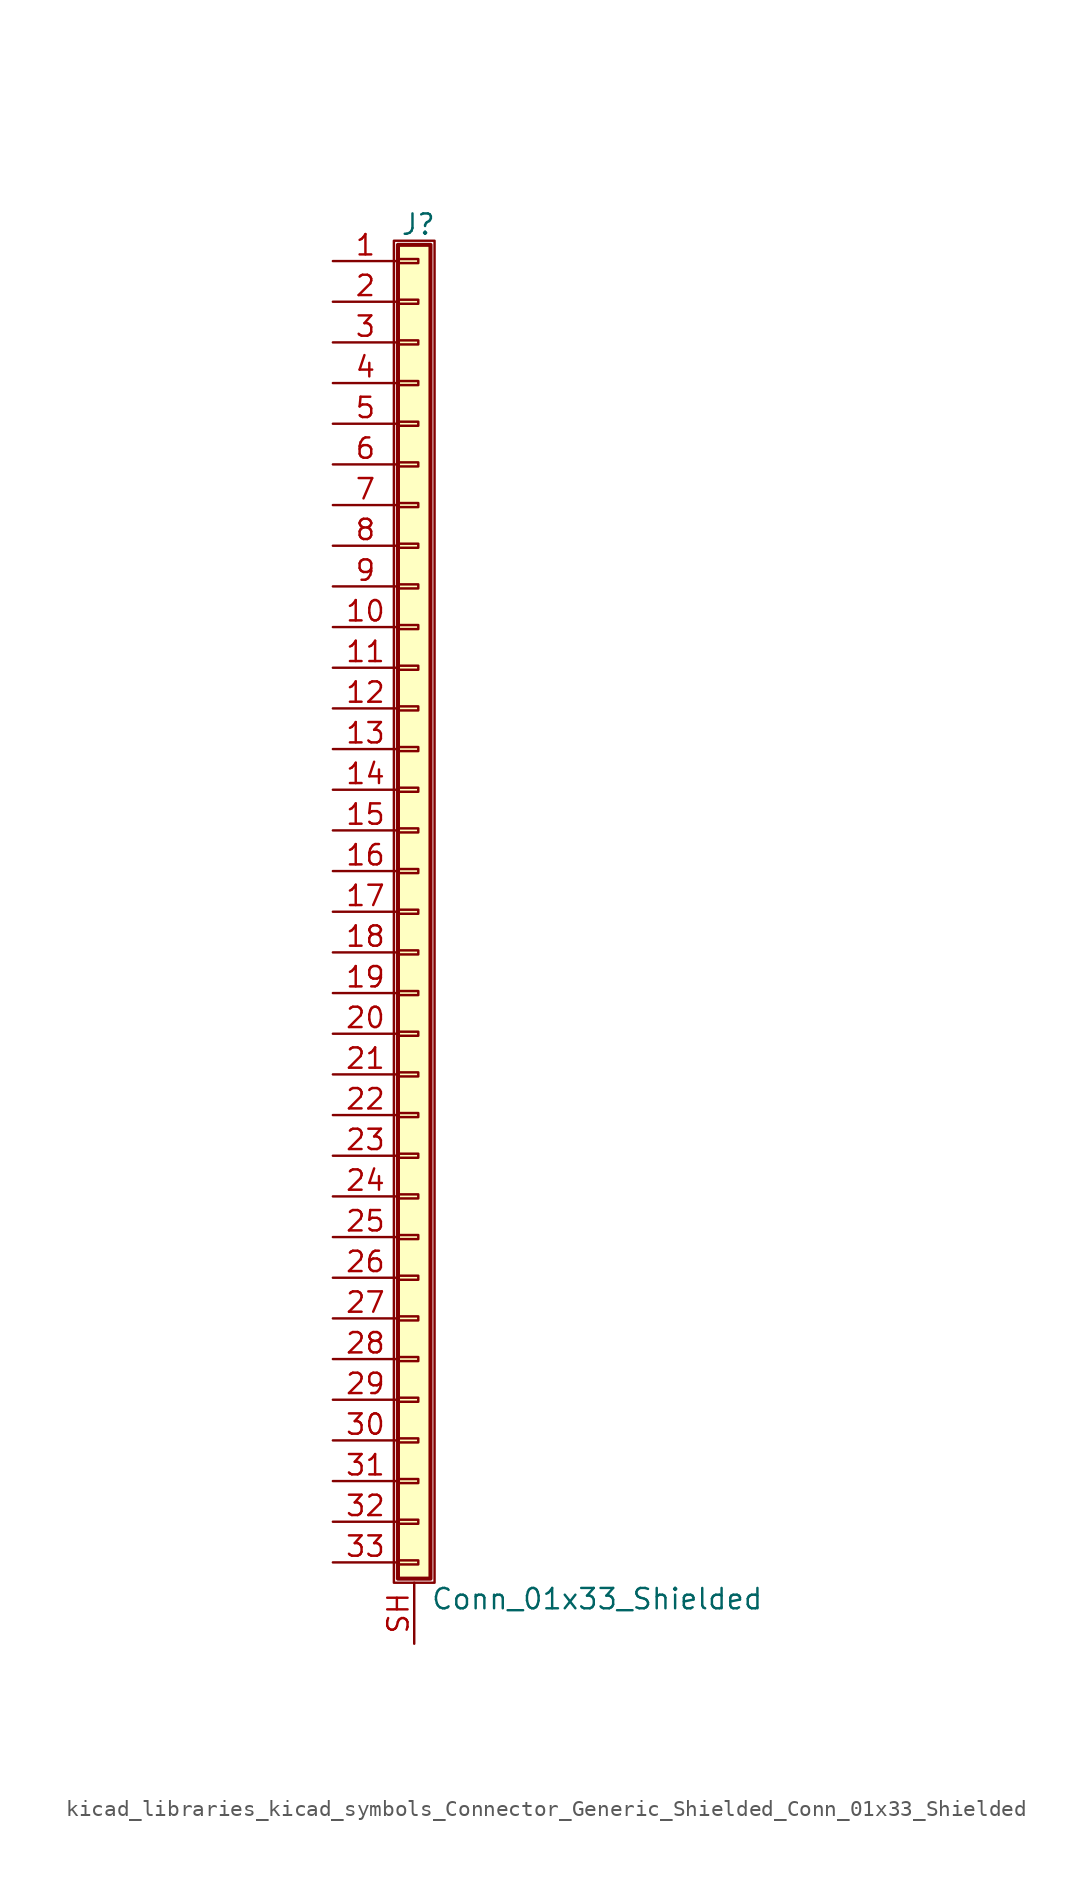
<source format=kicad_sym>
(kicad_symbol_lib
  (version 20220914)
  (generator kicad_symbol_editor)
  (symbol "kicad_libraries_kicad_symbols_Connector_Generic_Shielded_Conn_01x33_Shielded"
    (pin_names
      (offset 1.016) hide)
    (property "Reference" "J"
      (at 0.254 42.926 0)
      (effects (font (size 1.27 1.27))))
    (property "Value" "Conn_01x33_Shielded"
      (at 1.016 -42.926 0)
      (effects (font (size 1.27 1.27)) (justify left)))
    (symbol "kicad_libraries_kicad_symbols_Connector_Generic_Shielded_Conn_01x33_Shielded_1_1"
      (rectangle (start -1.27 41.91) (end 1.27 -41.91) (stroke (width 0.152) (type default)) (fill (type none)))
      (rectangle (start -1.016 -40.513) (end 0.254 -40.767) (stroke (width 0.152) (type default)) (fill (type none)))
      (rectangle (start -1.016 -37.973) (end 0.254 -38.227) (stroke (width 0.152) (type default)) (fill (type none)))
      (rectangle (start -1.016 -35.433) (end 0.254 -35.687) (stroke (width 0.152) (type default)) (fill (type none)))
      (rectangle (start -1.016 -32.893) (end 0.254 -33.147) (stroke (width 0.152) (type default)) (fill (type none)))
      (rectangle (start -1.016 -30.353) (end 0.254 -30.607) (stroke (width 0.152) (type default)) (fill (type none)))
      (rectangle (start -1.016 -27.813) (end 0.254 -28.067) (stroke (width 0.152) (type default)) (fill (type none)))
      (rectangle (start -1.016 -25.273) (end 0.254 -25.527) (stroke (width 0.152) (type default)) (fill (type none)))
      (rectangle (start -1.016 -22.733) (end 0.254 -22.987) (stroke (width 0.152) (type default)) (fill (type none)))
      (rectangle (start -1.016 -20.193) (end 0.254 -20.447) (stroke (width 0.152) (type default)) (fill (type none)))
      (rectangle (start -1.016 -17.653) (end 0.254 -17.907) (stroke (width 0.152) (type default)) (fill (type none)))
      (rectangle (start -1.016 -15.113) (end 0.254 -15.367) (stroke (width 0.152) (type default)) (fill (type none)))
      (rectangle (start -1.016 -12.573) (end 0.254 -12.827) (stroke (width 0.152) (type default)) (fill (type none)))
      (rectangle (start -1.016 -10.033) (end 0.254 -10.287) (stroke (width 0.152) (type default)) (fill (type none)))
      (rectangle (start -1.016 -7.493) (end 0.254 -7.747) (stroke (width 0.152) (type default)) (fill (type none)))
      (rectangle (start -1.016 -4.953) (end 0.254 -5.207) (stroke (width 0.152) (type default)) (fill (type none)))
      (rectangle (start -1.016 -2.413) (end 0.254 -2.667) (stroke (width 0.152) (type default)) (fill (type none)))
      (rectangle (start -1.016 0.127) (end 0.254 -0.127) (stroke (width 0.152) (type default)) (fill (type none)))
      (rectangle (start -1.016 2.667) (end 0.254 2.413) (stroke (width 0.152) (type default)) (fill (type none)))
      (rectangle (start -1.016 5.207) (end 0.254 4.953) (stroke (width 0.152) (type default)) (fill (type none)))
      (rectangle (start -1.016 7.747) (end 0.254 7.493) (stroke (width 0.152) (type default)) (fill (type none)))
      (rectangle (start -1.016 10.287) (end 0.254 10.033) (stroke (width 0.152) (type default)) (fill (type none)))
      (rectangle (start -1.016 12.827) (end 0.254 12.573) (stroke (width 0.152) (type default)) (fill (type none)))
      (rectangle (start -1.016 15.367) (end 0.254 15.113) (stroke (width 0.152) (type default)) (fill (type none)))
      (rectangle (start -1.016 17.907) (end 0.254 17.653) (stroke (width 0.152) (type default)) (fill (type none)))
      (rectangle (start -1.016 20.447) (end 0.254 20.193) (stroke (width 0.152) (type default)) (fill (type none)))
      (rectangle (start -1.016 22.987) (end 0.254 22.733) (stroke (width 0.152) (type default)) (fill (type none)))
      (rectangle (start -1.016 25.527) (end 0.254 25.273) (stroke (width 0.152) (type default)) (fill (type none)))
      (rectangle (start -1.016 28.067) (end 0.254 27.813) (stroke (width 0.152) (type default)) (fill (type none)))
      (rectangle (start -1.016 30.607) (end 0.254 30.353) (stroke (width 0.152) (type default)) (fill (type none)))
      (rectangle (start -1.016 33.147) (end 0.254 32.893) (stroke (width 0.152) (type default)) (fill (type none)))
      (rectangle (start -1.016 35.687) (end 0.254 35.433) (stroke (width 0.152) (type default)) (fill (type none)))
      (rectangle (start -1.016 38.227) (end 0.254 37.973) (stroke (width 0.152) (type default)) (fill (type none)))
      (rectangle (start -1.016 40.767) (end 0.254 40.513) (stroke (width 0.152) (type default)) (fill (type none)))
      (rectangle (start -1.016 41.656) (end 1.016 -41.656) (stroke (width 0.254) (type default)) (fill (type background)))
      (pin passive line (at -5.08 40.64 0) (length 4.064) (name "Pin_1" (effects (font (size 1.27 1.27)))) (number "1" (effects (font (size 1.27 1.27)))))
      (pin passive line (at -5.08 17.78 0) (length 4.064) (name "Pin_10" (effects (font (size 1.27 1.27)))) (number "10" (effects (font (size 1.27 1.27)))))
      (pin passive line (at -5.08 15.24 0) (length 4.064) (name "Pin_11" (effects (font (size 1.27 1.27)))) (number "11" (effects (font (size 1.27 1.27)))))
      (pin passive line (at -5.08 12.7 0) (length 4.064) (name "Pin_12" (effects (font (size 1.27 1.27)))) (number "12" (effects (font (size 1.27 1.27)))))
      (pin passive line (at -5.08 10.16 0) (length 4.064) (name "Pin_13" (effects (font (size 1.27 1.27)))) (number "13" (effects (font (size 1.27 1.27)))))
      (pin passive line (at -5.08 7.62 0) (length 4.064) (name "Pin_14" (effects (font (size 1.27 1.27)))) (number "14" (effects (font (size 1.27 1.27)))))
      (pin passive line (at -5.08 5.08 0) (length 4.064) (name "Pin_15" (effects (font (size 1.27 1.27)))) (number "15" (effects (font (size 1.27 1.27)))))
      (pin passive line (at -5.08 2.54 0) (length 4.064) (name "Pin_16" (effects (font (size 1.27 1.27)))) (number "16" (effects (font (size 1.27 1.27)))))
      (pin passive line (at -5.08 0 0) (length 4.064) (name "Pin_17" (effects (font (size 1.27 1.27)))) (number "17" (effects (font (size 1.27 1.27)))))
      (pin passive line (at -5.08 -2.54 0) (length 4.064) (name "Pin_18" (effects (font (size 1.27 1.27)))) (number "18" (effects (font (size 1.27 1.27)))))
      (pin passive line (at -5.08 -5.08 0) (length 4.064) (name "Pin_19" (effects (font (size 1.27 1.27)))) (number "19" (effects (font (size 1.27 1.27)))))
      (pin passive line (at -5.08 38.1 0) (length 4.064) (name "Pin_2" (effects (font (size 1.27 1.27)))) (number "2" (effects (font (size 1.27 1.27)))))
      (pin passive line (at -5.08 -7.62 0) (length 4.064) (name "Pin_20" (effects (font (size 1.27 1.27)))) (number "20" (effects (font (size 1.27 1.27)))))
      (pin passive line (at -5.08 -10.16 0) (length 4.064) (name "Pin_21" (effects (font (size 1.27 1.27)))) (number "21" (effects (font (size 1.27 1.27)))))
      (pin passive line (at -5.08 -12.7 0) (length 4.064) (name "Pin_22" (effects (font (size 1.27 1.27)))) (number "22" (effects (font (size 1.27 1.27)))))
      (pin passive line (at -5.08 -15.24 0) (length 4.064) (name "Pin_23" (effects (font (size 1.27 1.27)))) (number "23" (effects (font (size 1.27 1.27)))))
      (pin passive line (at -5.08 -17.78 0) (length 4.064) (name "Pin_24" (effects (font (size 1.27 1.27)))) (number "24" (effects (font (size 1.27 1.27)))))
      (pin passive line (at -5.08 -20.32 0) (length 4.064) (name "Pin_25" (effects (font (size 1.27 1.27)))) (number "25" (effects (font (size 1.27 1.27)))))
      (pin passive line (at -5.08 -22.86 0) (length 4.064) (name "Pin_26" (effects (font (size 1.27 1.27)))) (number "26" (effects (font (size 1.27 1.27)))))
      (pin passive line (at -5.08 -25.4 0) (length 4.064) (name "Pin_27" (effects (font (size 1.27 1.27)))) (number "27" (effects (font (size 1.27 1.27)))))
      (pin passive line (at -5.08 -27.94 0) (length 4.064) (name "Pin_28" (effects (font (size 1.27 1.27)))) (number "28" (effects (font (size 1.27 1.27)))))
      (pin passive line (at -5.08 -30.48 0) (length 4.064) (name "Pin_29" (effects (font (size 1.27 1.27)))) (number "29" (effects (font (size 1.27 1.27)))))
      (pin passive line (at -5.08 35.56 0) (length 4.064) (name "Pin_3" (effects (font (size 1.27 1.27)))) (number "3" (effects (font (size 1.27 1.27)))))
      (pin passive line (at -5.08 -33.02 0) (length 4.064) (name "Pin_30" (effects (font (size 1.27 1.27)))) (number "30" (effects (font (size 1.27 1.27)))))
      (pin passive line (at -5.08 -35.56 0) (length 4.064) (name "Pin_31" (effects (font (size 1.27 1.27)))) (number "31" (effects (font (size 1.27 1.27)))))
      (pin passive line (at -5.08 -38.1 0) (length 4.064) (name "Pin_32" (effects (font (size 1.27 1.27)))) (number "32" (effects (font (size 1.27 1.27)))))
      (pin passive line (at -5.08 -40.64 0) (length 4.064) (name "Pin_33" (effects (font (size 1.27 1.27)))) (number "33" (effects (font (size 1.27 1.27)))))
      (pin passive line (at -5.08 33.02 0) (length 4.064) (name "Pin_4" (effects (font (size 1.27 1.27)))) (number "4" (effects (font (size 1.27 1.27)))))
      (pin passive line (at -5.08 30.48 0) (length 4.064) (name "Pin_5" (effects (font (size 1.27 1.27)))) (number "5" (effects (font (size 1.27 1.27)))))
      (pin passive line (at -5.08 27.94 0) (length 4.064) (name "Pin_6" (effects (font (size 1.27 1.27)))) (number "6" (effects (font (size 1.27 1.27)))))
      (pin passive line (at -5.08 25.4 0) (length 4.064) (name "Pin_7" (effects (font (size 1.27 1.27)))) (number "7" (effects (font (size 1.27 1.27)))))
      (pin passive line (at -5.08 22.86 0) (length 4.064) (name "Pin_8" (effects (font (size 1.27 1.27)))) (number "8" (effects (font (size 1.27 1.27)))))
      (pin passive line (at -5.08 20.32 0) (length 4.064) (name "Pin_9" (effects (font (size 1.27 1.27)))) (number "9" (effects (font (size 1.27 1.27)))))
      (pin passive line (at 0 -45.72 90) (length 3.81) (name "Shield" (effects (font (size 1.27 1.27)))) (number "SH" (effects (font (size 1.27 1.27))))))))
</source>
